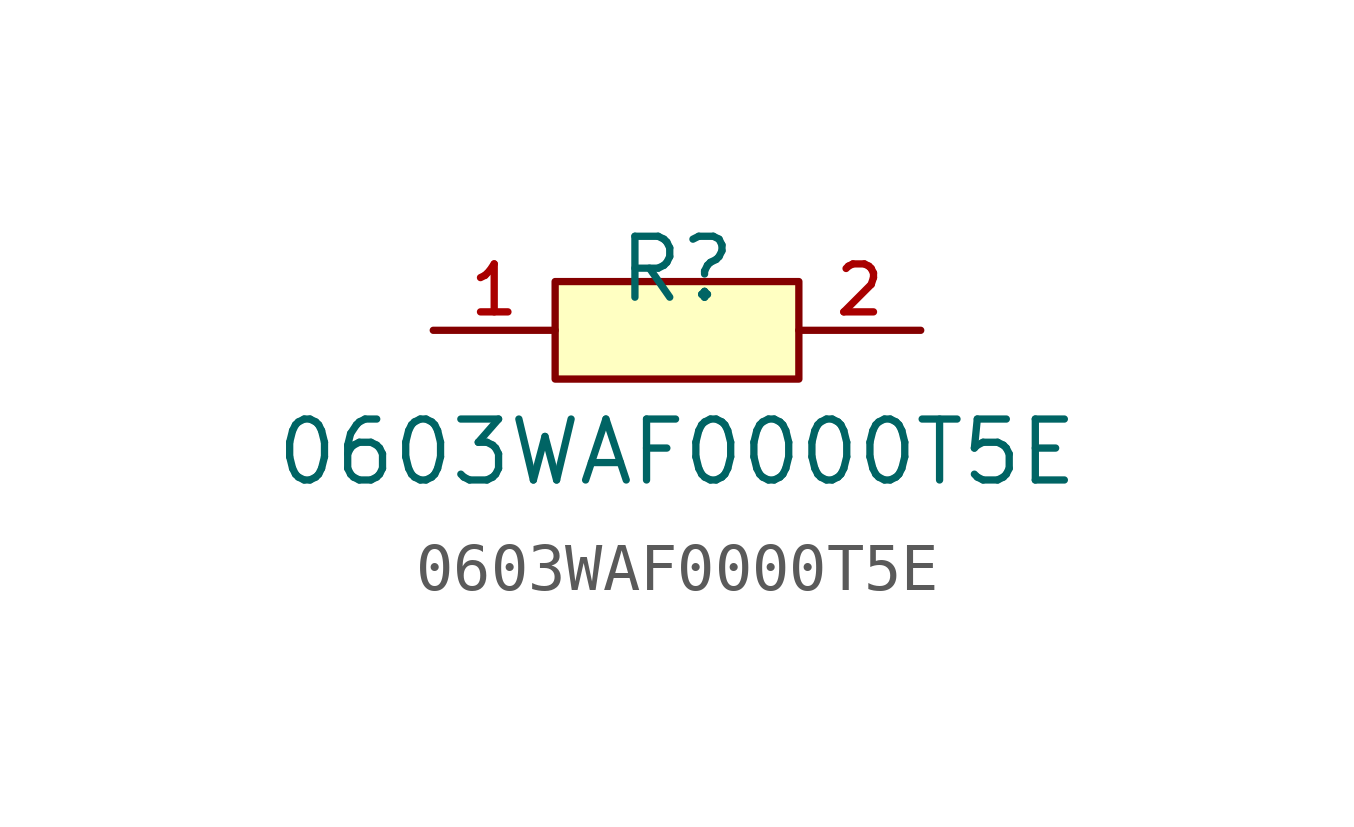
<source format=kicad_sym>
(kicad_symbol_lib
  (version 20210201)
  (generator TousstNicolas/JLC2KiCad_lib)
  (symbol "0603WAF0000T5E"
    (pin_names hide)
    (property "Reference" "R"
      (at 0 1.27 0)
      (effects (font (size 1.27 1.27))))
    (property "Value" "0603WAF0000T5E"
      (at 0 -2.54 0)
      (effects (font (size 1.27 1.27))))
    (symbol "0603WAF0000T5E_0_1"
      (pin input line (at 5.08 -0.0 180) (length 2.54) (name "2" (effects (font (size 1 1)))) (number "2" (effects (font (size 1 1)))))
      (pin input line (at -5.08 -0.0 0) (length 2.54) (name "1" (effects (font (size 1 1)))) (number "1" (effects (font (size 1 1)))))
      (rectangle (start -2.54 1.016) (end 2.54 -1.016) (stroke (width 0) (type default) (color 0 0 0 0)) (fill (type background))))))
</source>
